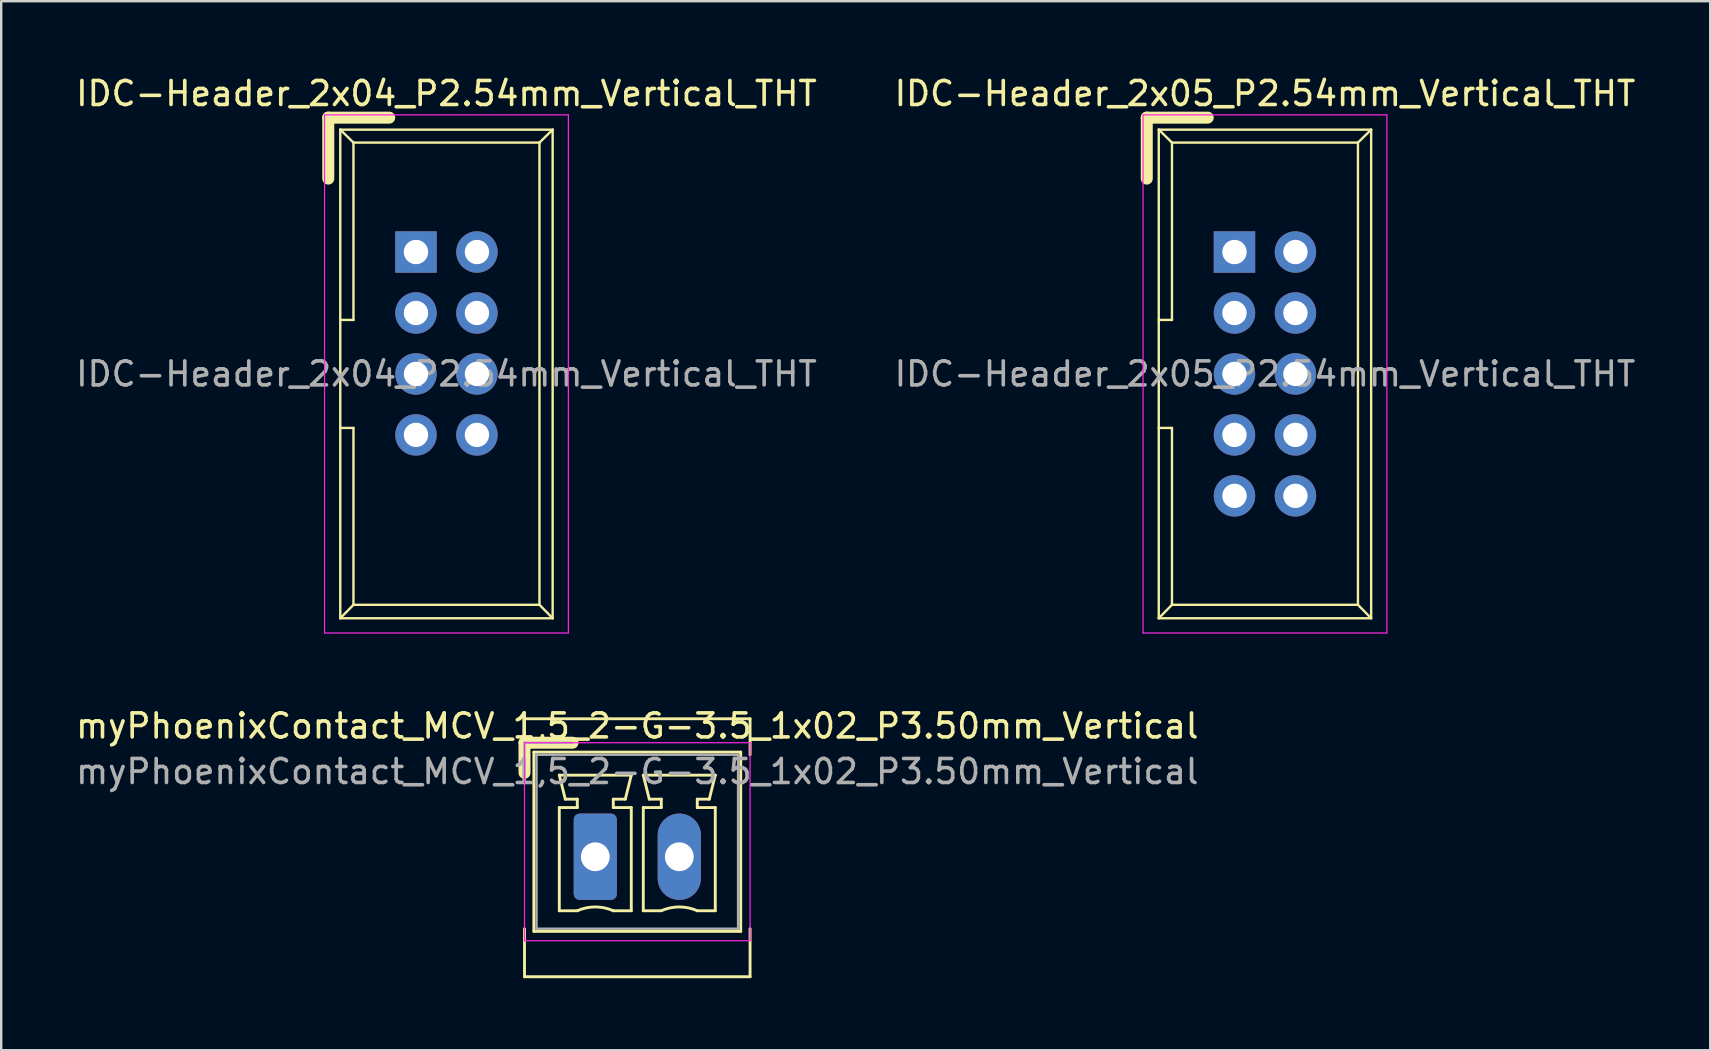
<source format=kicad_pcb>
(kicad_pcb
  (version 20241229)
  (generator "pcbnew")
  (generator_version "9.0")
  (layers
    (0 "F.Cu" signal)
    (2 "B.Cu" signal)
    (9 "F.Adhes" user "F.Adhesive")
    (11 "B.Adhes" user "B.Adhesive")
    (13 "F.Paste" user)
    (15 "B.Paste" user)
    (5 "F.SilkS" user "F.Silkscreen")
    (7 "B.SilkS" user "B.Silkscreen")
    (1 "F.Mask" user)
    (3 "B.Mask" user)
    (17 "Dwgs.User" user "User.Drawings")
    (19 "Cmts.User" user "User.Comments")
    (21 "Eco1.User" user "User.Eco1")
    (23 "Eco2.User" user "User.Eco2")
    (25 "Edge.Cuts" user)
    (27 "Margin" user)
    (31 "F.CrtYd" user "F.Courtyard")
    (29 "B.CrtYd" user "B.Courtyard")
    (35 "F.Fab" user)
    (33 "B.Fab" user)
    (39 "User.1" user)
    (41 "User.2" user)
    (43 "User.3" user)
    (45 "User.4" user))
  (footprint "IDC-Header_2x04_P2.54mm_Vertical_THT"
    (layer "F.Cu")
    (at 14.284 7.452)
    (property "Reference" "IDC-Header_2x04_P2.54mm_Vertical_THT" (at 1.27 -6.604 0) (layer "F.SilkS") (effects (font (size 1 1) (thickness 0.15))))
    (attr through_hole)
    (fp_line (start -3.655 -5.6) (end -3.655 -3.06) (stroke (width 0.5) (type solid)) (layer "F.SilkS"))
    (fp_line (start -3.655 -5.6) (end -1.115 -5.6) (stroke (width 0.5) (type solid)) (layer "F.SilkS"))
    (fp_line (start -3.155 -5.1) (end -3.155 15.26) (stroke (width 0.1) (type solid)) (layer "F.SilkS"))
    (fp_line (start -3.155 -5.1) (end -2.605 -4.56) (stroke (width 0.1) (type solid)) (layer "F.SilkS"))
    (fp_line (start -3.155 15.26) (end -2.605 14.7) (stroke (width 0.1) (type solid)) (layer "F.SilkS"))
    (fp_line (start -2.605 -4.56) (end -2.605 2.83) (stroke (width 0.1) (type solid)) (layer "F.SilkS"))
    (fp_line (start -2.605 2.83) (end -3.155 2.83) (stroke (width 0.1) (type solid)) (layer "F.SilkS"))
    (fp_line (start -2.605 7.33) (end -3.155 7.33) (stroke (width 0.1) (type solid)) (layer "F.SilkS"))
    (fp_line (start -2.605 7.33) (end -2.605 14.7) (stroke (width 0.1) (type solid)) (layer "F.SilkS"))
    (fp_line (start 5.145 -4.56) (end -2.605 -4.56) (stroke (width 0.1) (type solid)) (layer "F.SilkS"))
    (fp_line (start 5.145 -4.56) (end 5.145 14.7) (stroke (width 0.1) (type solid)) (layer "F.SilkS"))
    (fp_line (start 5.145 14.7) (end -2.605 14.7) (stroke (width 0.1) (type solid)) (layer "F.SilkS"))
    (fp_line (start 5.695 -5.1) (end -3.155 -5.1) (stroke (width 0.1) (type solid)) (layer "F.SilkS"))
    (fp_line (start 5.695 -5.1) (end 5.145 -4.56) (stroke (width 0.1) (type solid)) (layer "F.SilkS"))
    (fp_line (start 5.695 -5.1) (end 5.695 15.26) (stroke (width 0.1) (type solid)) (layer "F.SilkS"))
    (fp_line (start 5.695 15.26) (end -3.155 15.26) (stroke (width 0.1) (type solid)) (layer "F.SilkS"))
    (fp_line (start 5.695 15.26) (end 5.145 14.7) (stroke (width 0.1) (type solid)) (layer "F.SilkS"))
    (fp_line (start -3.81 -5.715) (end -3.81 15.875) (stroke (width 0.05) (type solid)) (layer "F.CrtYd"))
    (fp_line (start -3.81 -5.715) (end 6.35 -5.715) (stroke (width 0.05) (type solid)) (layer "F.CrtYd"))
    (fp_line (start -3.81 15.875) (end 6.35 15.875) (stroke (width 0.05) (type solid)) (layer "F.CrtYd"))
    (fp_line (start 6.35 -5.715) (end 6.35 15.875) (stroke (width 0.05) (type solid)) (layer "F.CrtYd"))
    (fp_text user "${REFERENCE}" (at 1.27 5.08 0) (layer "F.Fab") (effects (font (size 1 1) (thickness 0.15))))
    (pad "" smd oval (at 0 10.16) (size 1.727 1.727) (layers "F.Mask" "F.Paste"))
    (pad "" smd oval (at 2.54 10.16) (size 1.727 1.727) (layers "F.Mask" "F.Paste"))
    (pad "1" thru_hole rect (at 0 0) (size 1.727 1.727) (drill 1.016) (layers "*.Cu" "*.Mask"))
    (pad "2" thru_hole oval (at 2.54 0) (size 1.727 1.727) (drill 1.016) (layers "*.Cu" "*.Mask"))
    (pad "3" thru_hole oval (at 0 2.54) (size 1.727 1.727) (drill 1.016) (layers "*.Cu" "*.Mask"))
    (pad "4" thru_hole oval (at 2.54 2.54) (size 1.727 1.727) (drill 1.016) (layers "*.Cu" "*.Mask"))
    (pad "5" thru_hole oval (at 0 5.08) (size 1.727 1.727) (drill 1.016) (layers "*.Cu" "*.Mask"))
    (pad "6" thru_hole oval (at 2.54 5.08) (size 1.727 1.727) (drill 1.016) (layers "*.Cu" "*.Mask"))
    (pad "7" thru_hole oval (at 0 7.62) (size 1.727 1.727) (drill 1.016) (layers "*.Cu" "*.Mask"))
    (pad "8" thru_hole oval (at 2.54 7.62) (size 1.727 1.727) (drill 1.016) (layers "*.Cu" "*.Mask")))
  (footprint "myPhoenixContact_MCV_1,5_2-G-3.5_1x02_P3.50mm_Vertical"
    (layer "F.Cu")
    (at 21.756 32.651)
    (property "Reference" "myPhoenixContact_MCV_1,5_2-G-3.5_1x02_P3.50mm_Vertical" (at 1.75 -5.45 0) (layer "F.SilkS") (effects (font (size 1 1) (thickness 0.15))))
    (attr through_hole)
    (fp_line (start -2.95 -4.75) (end -0.95 -4.75) (stroke (width 0.5) (type solid)) (layer "F.SilkS"))
    (fp_line (start -2.95 -4.25) (end -2.95 -5.75) (stroke (width 0.12) (type solid)) (layer "F.SilkS"))
    (fp_line (start -2.95 -3.5) (end -2.95 -4.75) (stroke (width 0.5) (type solid)) (layer "F.SilkS"))
    (fp_line (start -2.95 5) (end -2.95 3) (stroke (width 0.12) (type solid)) (layer "F.SilkS"))
    (fp_line (start -2.95 5) (end 6.45 5) (stroke (width 0.12) (type solid)) (layer "F.SilkS"))
    (fp_line (start -2.56 -4.36) (end -2.56 3.11) (stroke (width 0.12) (type solid)) (layer "F.SilkS"))
    (fp_line (start -2.56 3.11) (end 6.06 3.11) (stroke (width 0.12) (type solid)) (layer "F.SilkS"))
    (fp_line (start -1.5 -3.4) (end 1.5 -3.4) (stroke (width 0.12) (type solid)) (layer "F.SilkS"))
    (fp_line (start -1.5 -2.05) (end -0.75 -2.05) (stroke (width 0.12) (type solid)) (layer "F.SilkS"))
    (fp_line (start -1.5 2.25) (end -1.5 -2.05) (stroke (width 0.12) (type solid)) (layer "F.SilkS"))
    (fp_line (start -1.25 -2.4) (end -1.5 -3.4) (stroke (width 0.12) (type solid)) (layer "F.SilkS"))
    (fp_line (start -0.75 -2.4) (end -1.25 -2.4) (stroke (width 0.12) (type solid)) (layer "F.SilkS"))
    (fp_line (start -0.75 -2.05) (end -0.75 -2.4) (stroke (width 0.12) (type solid)) (layer "F.SilkS"))
    (fp_line (start -0.75 2.25) (end -1.5 2.25) (stroke (width 0.12) (type solid)) (layer "F.SilkS"))
    (fp_line (start 0.75 -2.4) (end 0.75 -2.05) (stroke (width 0.12) (type solid)) (layer "F.SilkS"))
    (fp_line (start 0.75 -2.05) (end 1.5 -2.05) (stroke (width 0.12) (type solid)) (layer "F.SilkS"))
    (fp_line (start 1.25 -2.4) (end 0.75 -2.4) (stroke (width 0.12) (type solid)) (layer "F.SilkS"))
    (fp_line (start 1.5 -3.4) (end 1.25 -2.4) (stroke (width 0.12) (type solid)) (layer "F.SilkS"))
    (fp_line (start 1.5 -2.05) (end 1.5 2.25) (stroke (width 0.12) (type solid)) (layer "F.SilkS"))
    (fp_line (start 1.5 2.25) (end 0.75 2.25) (stroke (width 0.12) (type solid)) (layer "F.SilkS"))
    (fp_line (start 2 -3.4) (end 5 -3.4) (stroke (width 0.12) (type solid)) (layer "F.SilkS"))
    (fp_line (start 2 -2.05) (end 2.75 -2.05) (stroke (width 0.12) (type solid)) (layer "F.SilkS"))
    (fp_line (start 2 2.25) (end 2 -2.05) (stroke (width 0.12) (type solid)) (layer "F.SilkS"))
    (fp_line (start 2.25 -2.4) (end 2 -3.4) (stroke (width 0.12) (type solid)) (layer "F.SilkS"))
    (fp_line (start 2.75 -2.4) (end 2.25 -2.4) (stroke (width 0.12) (type solid)) (layer "F.SilkS"))
    (fp_line (start 2.75 -2.05) (end 2.75 -2.4) (stroke (width 0.12) (type solid)) (layer "F.SilkS"))
    (fp_line (start 2.75 2.25) (end 2 2.25) (stroke (width 0.12) (type solid)) (layer "F.SilkS"))
    (fp_line (start 4.25 -2.4) (end 4.25 -2.05) (stroke (width 0.12) (type solid)) (layer "F.SilkS"))
    (fp_line (start 4.25 -2.05) (end 5 -2.05) (stroke (width 0.12) (type solid)) (layer "F.SilkS"))
    (fp_line (start 4.75 -2.4) (end 4.25 -2.4) (stroke (width 0.12) (type solid)) (layer "F.SilkS"))
    (fp_line (start 5 -3.4) (end 4.75 -2.4) (stroke (width 0.12) (type solid)) (layer "F.SilkS"))
    (fp_line (start 5 -2.05) (end 5 2.25) (stroke (width 0.12) (type solid)) (layer "F.SilkS"))
    (fp_line (start 5 2.25) (end 4.25 2.25) (stroke (width 0.12) (type solid)) (layer "F.SilkS"))
    (fp_line (start 6.06 -4.36) (end -2.56 -4.36) (stroke (width 0.12) (type solid)) (layer "F.SilkS"))
    (fp_line (start 6.06 3.11) (end 6.06 -4.36) (stroke (width 0.12) (type solid)) (layer "F.SilkS"))
    (fp_line (start 6.45 -5.75) (end -2.95 -5.75) (stroke (width 0.12) (type solid)) (layer "F.SilkS"))
    (fp_line (start 6.45 -4.25) (end 6.45 -5.75) (stroke (width 0.12) (type solid)) (layer "F.SilkS"))
    (fp_line (start 6.45 5) (end 6.45 3) (stroke (width 0.12) (type solid)) (layer "F.SilkS"))
    (fp_arc (start -0.75 2.25) (mid -0.000193 2.09191) (end 0.749647 2.249844) (stroke (width 0.12) (type solid)) (layer "F.SilkS"))
    (fp_arc (start 2.75 2.25) (mid 3.499807 2.09191) (end 4.249647 2.249844) (stroke (width 0.12) (type solid)) (layer "F.SilkS"))
    (fp_line (start -2.95 -4.75) (end -2.95 3.5) (stroke (width 0.05) (type solid)) (layer "F.CrtYd"))
    (fp_line (start -2.95 3.5) (end 6.45 3.5) (stroke (width 0.05) (type solid)) (layer "F.CrtYd"))
    (fp_line (start 6.45 -4.75) (end -2.95 -4.75) (stroke (width 0.05) (type solid)) (layer "F.CrtYd"))
    (fp_line (start 6.45 3.5) (end 6.45 -4.75) (stroke (width 0.05) (type solid)) (layer "F.CrtYd"))
    (fp_line (start -2.95 -4.75) (end -0.95 -4.75) (stroke (width 0.1) (type solid)) (layer "F.Fab"))
    (fp_line (start -2.95 -3.5) (end -2.95 -4.75) (stroke (width 0.1) (type solid)) (layer "F.Fab"))
    (fp_line (start -2.45 -4.25) (end -2.45 3) (stroke (width 0.1) (type solid)) (layer "F.Fab"))
    (fp_line (start -2.45 3) (end 5.95 3) (stroke (width 0.1) (type solid)) (layer "F.Fab"))
    (fp_line (start 5.95 -4.25) (end -2.45 -4.25) (stroke (width 0.1) (type solid)) (layer "F.Fab"))
    (fp_line (start 5.95 3) (end 5.95 -4.25) (stroke (width 0.1) (type solid)) (layer "F.Fab"))
    (fp_text user "${REFERENCE}" (at 1.75 -3.55 0) (layer "F.Fab") (effects (font (size 1 1) (thickness 0.15))))
    (pad "1" thru_hole roundrect (at 0 0) (size 1.8 3.6) (drill 1.2) (layers "*.Cu" "*.Mask") (roundrect_rratio 0.139))
    (pad "2" thru_hole oval (at 3.5 0) (size 1.8 3.6) (drill 1.2) (layers "*.Cu" "*.Mask")))
  (footprint "IDC-Header_2x05_P2.54mm_Vertical_THT"
    (layer "F.Cu")
    (at 48.391 7.452)
    (property "Reference" "IDC-Header_2x05_P2.54mm_Vertical_THT" (at 1.27 -6.604 0) (layer "F.SilkS") (effects (font (size 1 1) (thickness 0.15))))
    (attr through_hole)
    (fp_line (start -3.655 -5.6) (end -3.655 -3.06) (stroke (width 0.5) (type solid)) (layer "F.SilkS"))
    (fp_line (start -3.655 -5.6) (end -1.115 -5.6) (stroke (width 0.5) (type solid)) (layer "F.SilkS"))
    (fp_line (start -3.155 -5.1) (end -3.155 15.26) (stroke (width 0.1) (type solid)) (layer "F.SilkS"))
    (fp_line (start -3.155 -5.1) (end -2.605 -4.56) (stroke (width 0.1) (type solid)) (layer "F.SilkS"))
    (fp_line (start -3.155 15.26) (end -2.605 14.7) (stroke (width 0.1) (type solid)) (layer "F.SilkS"))
    (fp_line (start -2.605 -4.56) (end -2.605 2.83) (stroke (width 0.1) (type solid)) (layer "F.SilkS"))
    (fp_line (start -2.605 2.83) (end -3.155 2.83) (stroke (width 0.1) (type solid)) (layer "F.SilkS"))
    (fp_line (start -2.605 7.33) (end -3.155 7.33) (stroke (width 0.1) (type solid)) (layer "F.SilkS"))
    (fp_line (start -2.605 7.33) (end -2.605 14.7) (stroke (width 0.1) (type solid)) (layer "F.SilkS"))
    (fp_line (start 5.145 -4.56) (end -2.605 -4.56) (stroke (width 0.1) (type solid)) (layer "F.SilkS"))
    (fp_line (start 5.145 -4.56) (end 5.145 14.7) (stroke (width 0.1) (type solid)) (layer "F.SilkS"))
    (fp_line (start 5.145 14.7) (end -2.605 14.7) (stroke (width 0.1) (type solid)) (layer "F.SilkS"))
    (fp_line (start 5.695 -5.1) (end -3.155 -5.1) (stroke (width 0.1) (type solid)) (layer "F.SilkS"))
    (fp_line (start 5.695 -5.1) (end 5.145 -4.56) (stroke (width 0.1) (type solid)) (layer "F.SilkS"))
    (fp_line (start 5.695 -5.1) (end 5.695 15.26) (stroke (width 0.1) (type solid)) (layer "F.SilkS"))
    (fp_line (start 5.695 15.26) (end -3.155 15.26) (stroke (width 0.1) (type solid)) (layer "F.SilkS"))
    (fp_line (start 5.695 15.26) (end 5.145 14.7) (stroke (width 0.1) (type solid)) (layer "F.SilkS"))
    (fp_line (start -3.81 -5.715) (end -3.81 15.875) (stroke (width 0.05) (type solid)) (layer "F.CrtYd"))
    (fp_line (start -3.81 -5.715) (end 6.35 -5.715) (stroke (width 0.05) (type solid)) (layer "F.CrtYd"))
    (fp_line (start -3.81 15.875) (end 6.35 15.875) (stroke (width 0.05) (type solid)) (layer "F.CrtYd"))
    (fp_line (start 6.35 -5.715) (end 6.35 15.875) (stroke (width 0.05) (type solid)) (layer "F.CrtYd"))
    (fp_text user "${REFERENCE}" (at 1.27 5.08 0) (layer "F.Fab") (effects (font (size 1 1) (thickness 0.15))))
    (pad "1" thru_hole rect (at 0 0) (size 1.727 1.727) (drill 1.016) (layers "*.Cu" "*.Mask"))
    (pad "2" thru_hole oval (at 2.54 0) (size 1.727 1.727) (drill 1.016) (layers "*.Cu" "*.Mask"))
    (pad "3" thru_hole oval (at 0 2.54) (size 1.727 1.727) (drill 1.016) (layers "*.Cu" "*.Mask"))
    (pad "4" thru_hole oval (at 2.54 2.54) (size 1.727 1.727) (drill 1.016) (layers "*.Cu" "*.Mask"))
    (pad "5" thru_hole oval (at 0 5.08) (size 1.727 1.727) (drill 1.016) (layers "*.Cu" "*.Mask"))
    (pad "6" thru_hole oval (at 2.54 5.08) (size 1.727 1.727) (drill 1.016) (layers "*.Cu" "*.Mask"))
    (pad "7" thru_hole oval (at 0 7.62) (size 1.727 1.727) (drill 1.016) (layers "*.Cu" "*.Mask"))
    (pad "8" thru_hole oval (at 2.54 7.62) (size 1.727 1.727) (drill 1.016) (layers "*.Cu" "*.Mask"))
    (pad "9" thru_hole oval (at 0 10.16) (size 1.727 1.727) (drill 1.016) (layers "*.Cu" "*.Mask"))
    (pad "10" thru_hole oval (at 2.54 10.16) (size 1.727 1.727) (drill 1.016) (layers "*.Cu" "*.Mask")))
  (gr_rect
    (start -3 -3)
    (end 68.214 40.711)
    (stroke (width 0.1) (type default))
    (fill no)
    (layer "Edge.Cuts")))
</source>
